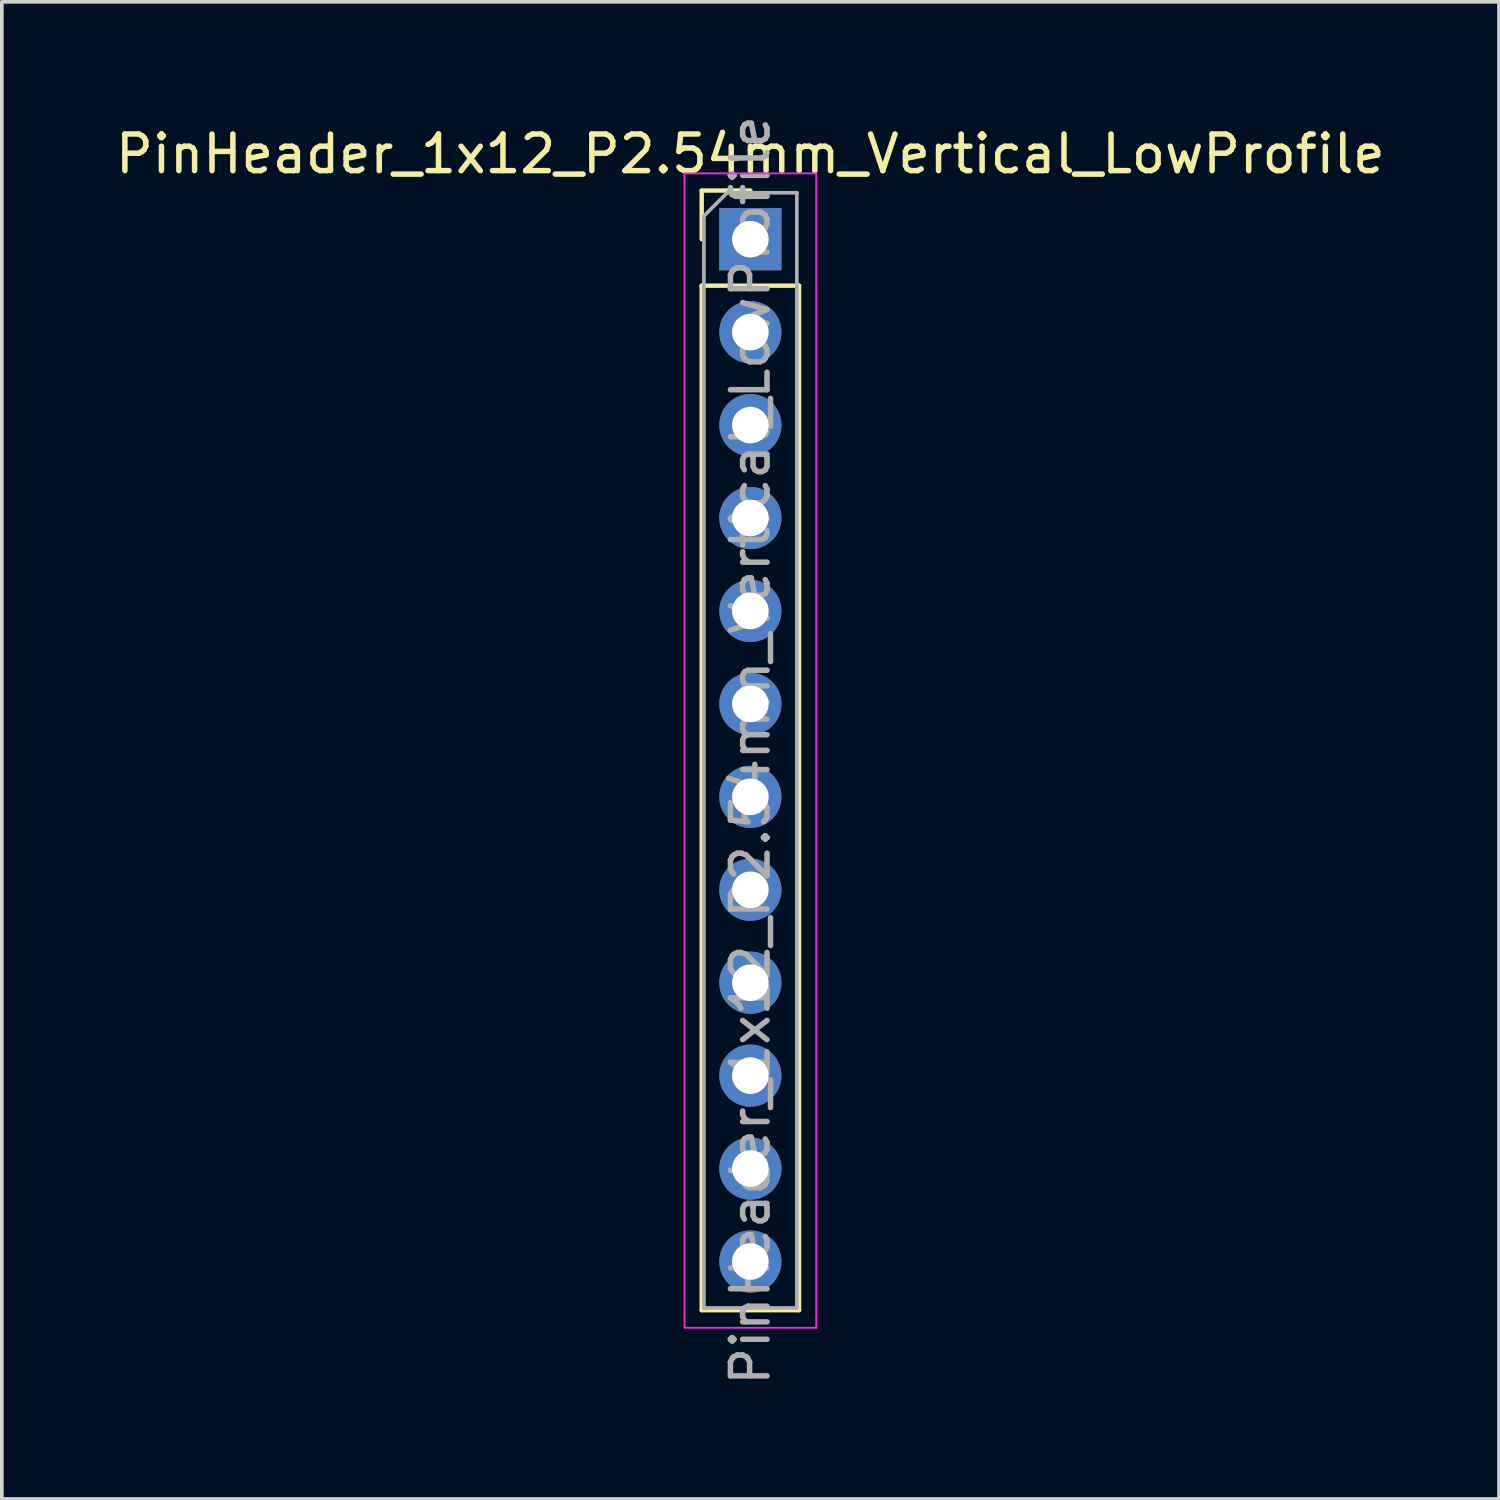
<source format=kicad_pcb>
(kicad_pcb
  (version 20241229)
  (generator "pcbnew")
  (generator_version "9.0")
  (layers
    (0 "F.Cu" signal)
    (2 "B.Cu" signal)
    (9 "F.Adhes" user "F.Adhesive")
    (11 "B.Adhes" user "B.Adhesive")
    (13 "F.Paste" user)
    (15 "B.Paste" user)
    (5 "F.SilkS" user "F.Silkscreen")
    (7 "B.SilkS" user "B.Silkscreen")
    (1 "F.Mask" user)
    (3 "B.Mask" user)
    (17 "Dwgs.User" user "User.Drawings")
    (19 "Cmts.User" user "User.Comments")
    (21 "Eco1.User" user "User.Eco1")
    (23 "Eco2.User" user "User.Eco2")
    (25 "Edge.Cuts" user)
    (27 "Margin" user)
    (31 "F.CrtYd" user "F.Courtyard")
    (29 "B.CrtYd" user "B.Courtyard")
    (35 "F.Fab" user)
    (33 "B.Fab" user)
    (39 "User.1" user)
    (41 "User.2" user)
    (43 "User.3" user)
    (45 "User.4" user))
  (footprint "PinHeader_1x12_P2.54mm_Vertical_LowProfile"
    (layer "F.Cu")
    (at 17.458 3.488)
    (property "Reference" "PinHeader_1x12_P2.54mm_Vertical_LowProfile" (at 0 -2.33 0) (layer "F.SilkS") (effects (font (size 1 1) (thickness 0.15))))
    (attr through_hole)
    (fp_line (start -1.33 -1.33) (end 0 -1.33) (stroke (width 0.12) (type solid)) (layer "F.SilkS"))
    (fp_line (start -1.33 0) (end -1.33 -1.33) (stroke (width 0.12) (type solid)) (layer "F.SilkS"))
    (fp_line (start -1.33 1.27) (end -1.33 29.27) (stroke (width 0.12) (type solid)) (layer "F.SilkS"))
    (fp_line (start -1.33 1.27) (end 1.33 1.27) (stroke (width 0.12) (type solid)) (layer "F.SilkS"))
    (fp_line (start -1.33 29.27) (end 1.33 29.27) (stroke (width 0.12) (type solid)) (layer "F.SilkS"))
    (fp_line (start 1.33 1.27) (end 1.33 29.27) (stroke (width 0.12) (type solid)) (layer "F.SilkS"))
    (fp_line (start -1.8 -1.8) (end -1.8 29.75) (stroke (width 0.05) (type solid)) (layer "F.CrtYd"))
    (fp_line (start -1.8 29.75) (end 1.8 29.75) (stroke (width 0.05) (type solid)) (layer "F.CrtYd"))
    (fp_line (start 1.8 -1.8) (end -1.8 -1.8) (stroke (width 0.05) (type solid)) (layer "F.CrtYd"))
    (fp_line (start 1.8 29.75) (end 1.8 -1.8) (stroke (width 0.05) (type solid)) (layer "F.CrtYd"))
    (fp_line (start -1.27 -0.635) (end -0.635 -1.27) (stroke (width 0.1) (type solid)) (layer "F.Fab"))
    (fp_line (start -1.27 29.21) (end -1.27 -0.635) (stroke (width 0.1) (type solid)) (layer "F.Fab"))
    (fp_line (start -0.635 -1.27) (end 1.27 -1.27) (stroke (width 0.1) (type solid)) (layer "F.Fab"))
    (fp_line (start 1.27 -1.27) (end 1.27 29.21) (stroke (width 0.1) (type solid)) (layer "F.Fab"))
    (fp_line (start 1.27 29.21) (end -1.27 29.21) (stroke (width 0.1) (type solid)) (layer "F.Fab"))
    (fp_text user "${REFERENCE}" (at 0 13.97 90) (layer "F.Fab") (effects (font (size 1 1) (thickness 0.15))))
    (pad "1" thru_hole rect (at 0 0) (size 1.7 1.7) (drill 1) (layers "*.Cu" "*.Mask"))
    (pad "2" thru_hole oval (at 0 2.54) (size 1.7 1.7) (drill 1) (layers "*.Cu" "*.Mask"))
    (pad "3" thru_hole oval (at 0 5.08) (size 1.7 1.7) (drill 1) (layers "*.Cu" "*.Mask"))
    (pad "4" thru_hole oval (at 0 7.62) (size 1.7 1.7) (drill 1) (layers "*.Cu" "*.Mask"))
    (pad "5" thru_hole oval (at 0 10.16) (size 1.7 1.7) (drill 1) (layers "*.Cu" "*.Mask"))
    (pad "6" thru_hole oval (at 0 12.7) (size 1.7 1.7) (drill 1) (layers "*.Cu" "*.Mask"))
    (pad "7" thru_hole oval (at 0 15.24) (size 1.7 1.7) (drill 1) (layers "*.Cu" "*.Mask"))
    (pad "8" thru_hole oval (at 0 17.78) (size 1.7 1.7) (drill 1) (layers "*.Cu" "*.Mask"))
    (pad "9" thru_hole oval (at 0 20.32) (size 1.7 1.7) (drill 1) (layers "*.Cu" "*.Mask"))
    (pad "10" thru_hole oval (at 0 22.86) (size 1.7 1.7) (drill 1) (layers "*.Cu" "*.Mask"))
    (pad "11" thru_hole oval (at 0 25.4) (size 1.7 1.7) (drill 1) (layers "*.Cu" "*.Mask"))
    (pad "12" thru_hole oval (at 0 27.94) (size 1.7 1.7) (drill 1) (layers "*.Cu" "*.Mask")))
  (gr_rect
    (start -3 -3)
    (end 37.917 37.917)
    (stroke (width 0.1) (type default))
    (fill no)
    (layer "Edge.Cuts")))
</source>
